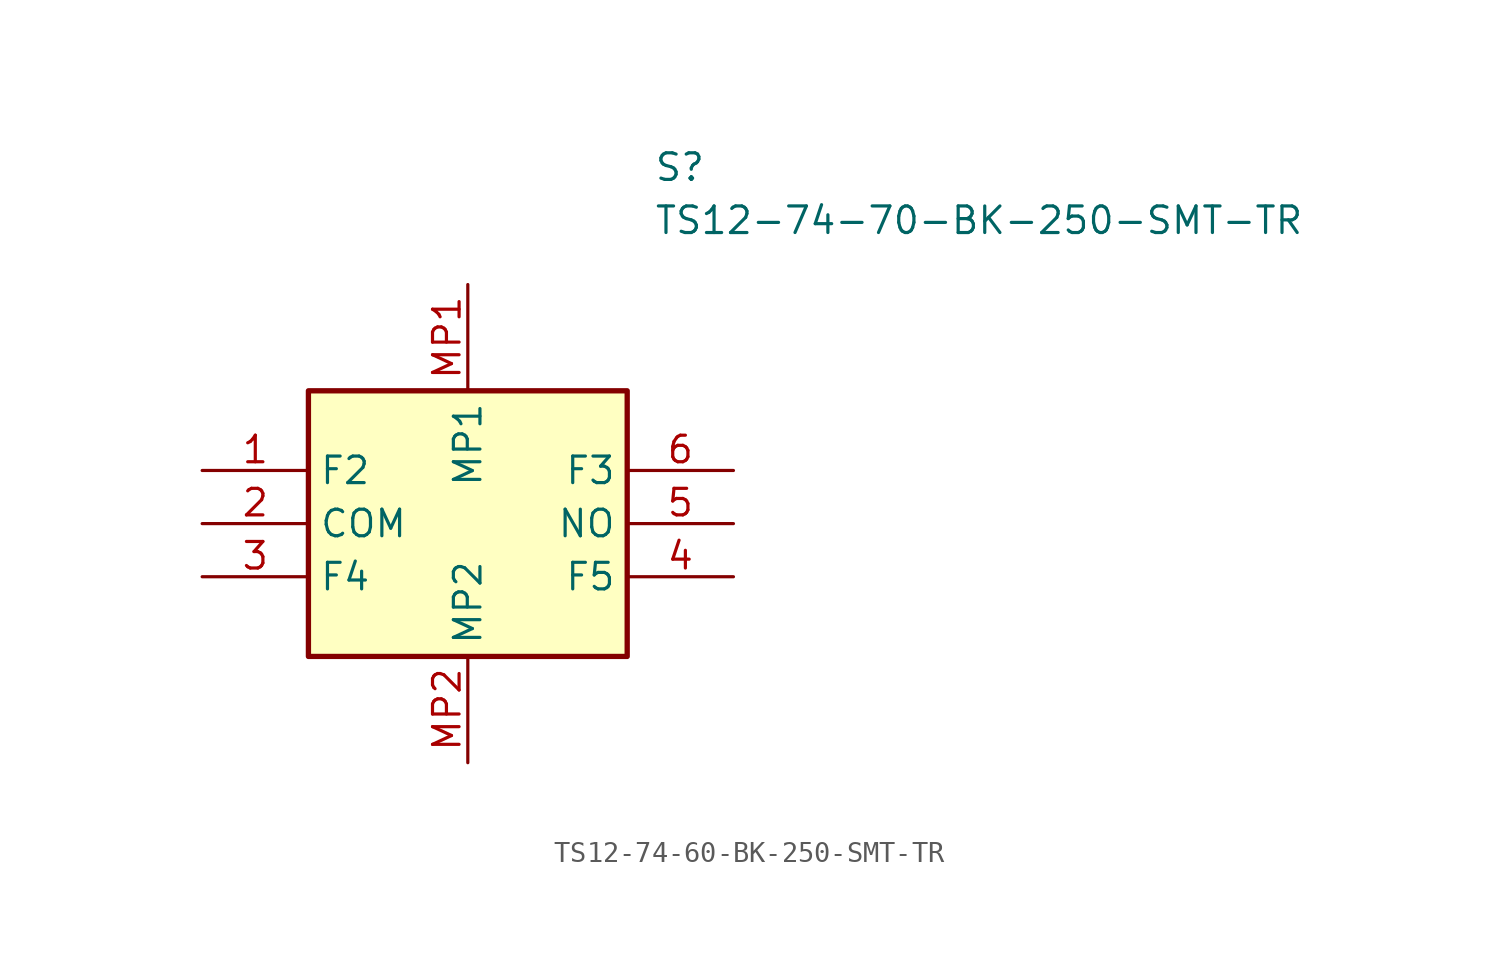
<source format=kicad_sym>
(kicad_symbol_lib
  (version 20231120)
  (generator "kicad_symbol_editor")
  (generator_version "8.0")
  (symbol "TS12-74-60-BK-250-SMT-TR"
    (property "Reference" "S"
      (at 8.89 17.78 0)
      (effects (font (size 1.27 1.27)) (justify left top)))
    (property "Value" "TS12-74-70-BK-250-SMT-TR"
      (at 8.89 15.24 0)
      (effects (font (size 1.27 1.27)) (justify left top)))
    (symbol "TS12-74-60-BK-250-SMT-TR_1_1"
      (rectangle (start -7.62 6.35) (end 7.62 -6.35) (stroke (width 0.254) (type default)) (fill (type background)))
      (pin passive line (at -12.7 2.54 0) (length 5.08) (name "F2" (effects (font (size 1.27 1.27)))) (number "1" (effects (font (size 1.27 1.27)))))
      (pin passive line (at -12.7 0 0) (length 5.08) (name "COM" (effects (font (size 1.27 1.27)))) (number "2" (effects (font (size 1.27 1.27)))))
      (pin passive line (at -12.7 -2.54 0) (length 5.08) (name "F4" (effects (font (size 1.27 1.27)))) (number "3" (effects (font (size 1.27 1.27)))))
      (pin passive line (at 12.7 -2.54 180) (length 5.08) (name "F5" (effects (font (size 1.27 1.27)))) (number "4" (effects (font (size 1.27 1.27)))))
      (pin passive line (at 12.7 0 180) (length 5.08) (name "NO" (effects (font (size 1.27 1.27)))) (number "5" (effects (font (size 1.27 1.27)))))
      (pin passive line (at 12.7 2.54 180) (length 5.08) (name "F3" (effects (font (size 1.27 1.27)))) (number "6" (effects (font (size 1.27 1.27)))))
      (pin passive line (at 0 11.43 270) (length 5.08) (name "MP1" (effects (font (size 1.27 1.27)))) (number "MP1" (effects (font (size 1.27 1.27)))))
      (pin passive line (at 0 -11.43 90) (length 5.08) (name "MP2" (effects (font (size 1.27 1.27)))) (number "MP2" (effects (font (size 1.27 1.27))))))))
</source>
